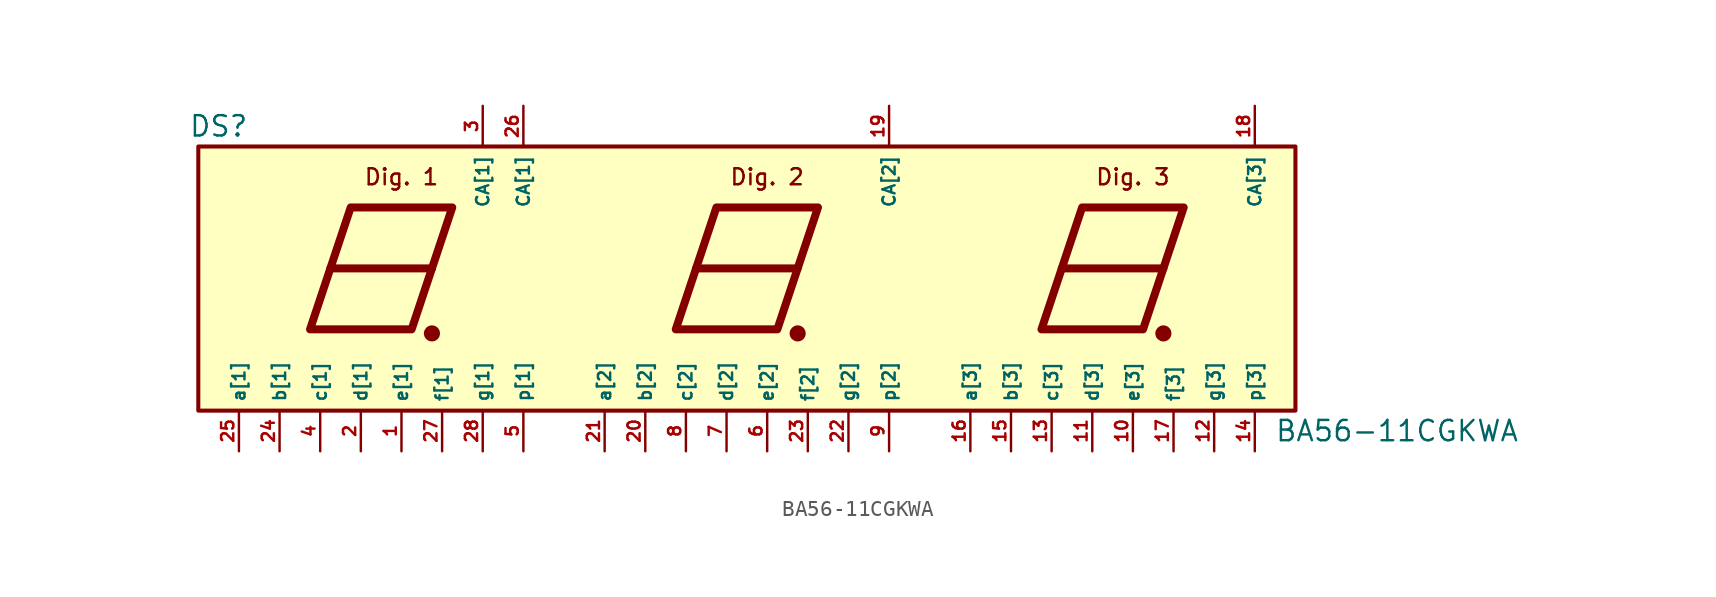
<source format=kicad_sym>
(kicad_symbol_lib
  (version 20211014)
  (generator kicad_symbol_editor)
  (symbol "BA56-11CGKWA"
    (property "Reference" "DS"
      (at -1.27 20.32 0)
      (effects (font (size 1.27 1.27))))
    (property "Value" "BA56-11CGKWA"
      (at 72.39 1.27 0)
      (effects (font (size 1.27 1.27))))
    (symbol "BA56-11CGKWA_0_0"
      (text "Dig. 1" (at 10.16 17.145 0) (effects (font (size 1 1))))
      (text "Dig. 2" (at 33.02 17.145 0) (effects (font (size 1 1))))
      (text "Dig. 3" (at 55.88 17.145 0) (effects (font (size 1 1))))
      (pin passive line (at 55.88 0 90) (length 2.54) (name "e[3]" (effects (font (size 0.762 0.762)))) (number "10" (effects (font (size 0.762 0.762)))))
      (pin passive line (at 53.34 0 90) (length 2.54) (name "d[3]" (effects (font (size 0.762 0.762)))) (number "11" (effects (font (size 0.762 0.762)))))
      (pin passive line (at 60.96 0 90) (length 2.54) (name "g[3]" (effects (font (size 0.762 0.762)))) (number "12" (effects (font (size 0.762 0.762)))))
      (pin passive line (at 50.8 0 90) (length 2.54) (name "c[3]" (effects (font (size 0.762 0.762)))) (number "13" (effects (font (size 0.762 0.762)))))
      (pin passive line (at 63.5 0 90) (length 2.54) (name "p[3]" (effects (font (size 0.762 0.762)))) (number "14" (effects (font (size 0.762 0.762)))))
      (pin passive line (at 48.26 0 90) (length 2.54) (name "b[3]" (effects (font (size 0.762 0.762)))) (number "15" (effects (font (size 0.762 0.762)))))
      (pin passive line (at 45.72 0 90) (length 2.54) (name "a[3]" (effects (font (size 0.762 0.762)))) (number "16" (effects (font (size 0.762 0.762)))))
      (pin passive line (at 58.42 0 90) (length 2.54) (name "f[3]" (effects (font (size 0.762 0.762)))) (number "17" (effects (font (size 0.762 0.762)))))
      (pin passive line (at 63.5 21.59 270) (length 2.54) (name "CA[3]" (effects (font (size 0.762 0.762)))) (number "18" (effects (font (size 0.762 0.762)))))
      (pin passive line (at 40.64 21.59 270) (length 2.54) (name "CA[2]" (effects (font (size 0.762 0.762)))) (number "19" (effects (font (size 0.762 0.762)))))
      (pin passive line (at 7.62 0 90) (length 2.54) (name "d[1]" (effects (font (size 0.762 0.762)))) (number "2" (effects (font (size 0.762 0.762)))))
      (pin passive line (at 25.4 0 90) (length 2.54) (name "b[2]" (effects (font (size 0.762 0.762)))) (number "20" (effects (font (size 0.762 0.762)))))
      (pin passive line (at 22.86 0 90) (length 2.54) (name "a[2]" (effects (font (size 0.762 0.762)))) (number "21" (effects (font (size 0.762 0.762)))))
      (pin passive line (at 38.1 0 90) (length 2.54) (name "g[2]" (effects (font (size 0.762 0.762)))) (number "22" (effects (font (size 0.762 0.762)))))
      (pin passive line (at 35.56 0 90) (length 2.54) (name "f[2]" (effects (font (size 0.762 0.762)))) (number "23" (effects (font (size 0.762 0.762)))))
      (pin passive line (at 2.54 0 90) (length 2.54) (name "b[1]" (effects (font (size 0.762 0.762)))) (number "24" (effects (font (size 0.762 0.762)))))
      (pin passive line (at 0 0 90) (length 2.54) (name "a[1]" (effects (font (size 0.762 0.762)))) (number "25" (effects (font (size 0.762 0.762)))))
      (pin passive line (at 17.78 21.59 270) (length 2.54) (name "CA[1]" (effects (font (size 0.762 0.762)))) (number "26" (effects (font (size 0.762 0.762)))))
      (pin passive line (at 12.7 0 90) (length 2.54) (name "f[1]" (effects (font (size 0.762 0.762)))) (number "27" (effects (font (size 0.762 0.762)))))
      (pin passive line (at 15.24 0 90) (length 2.54) (name "g[1]" (effects (font (size 0.762 0.762)))) (number "28" (effects (font (size 0.762 0.762)))))
      (pin passive line (at 15.24 21.59 270) (length 2.54) (name "CA[1]" (effects (font (size 0.762 0.762)))) (number "3" (effects (font (size 0.762 0.762)))))
      (pin passive line (at 5.08 0 90) (length 2.54) (name "c[1]" (effects (font (size 0.762 0.762)))) (number "4" (effects (font (size 0.762 0.762)))))
      (pin passive line (at 17.78 0 90) (length 2.54) (name "p[1]" (effects (font (size 0.762 0.762)))) (number "5" (effects (font (size 0.762 0.762)))))
      (pin passive line (at 33.02 0 90) (length 2.54) (name "e[2]" (effects (font (size 0.762 0.762)))) (number "6" (effects (font (size 0.762 0.762)))))
      (pin passive line (at 30.48 0 90) (length 2.54) (name "d[2]" (effects (font (size 0.762 0.762)))) (number "7" (effects (font (size 0.762 0.762)))))
      (pin passive line (at 27.94 0 90) (length 2.54) (name "c[2]" (effects (font (size 0.762 0.762)))) (number "8" (effects (font (size 0.762 0.762)))))
      (pin passive line (at 40.64 0 90) (length 2.54) (name "p[2]" (effects (font (size 0.762 0.762)))) (number "9" (effects (font (size 0.762 0.762))))))
    (symbol "BA56-11CGKWA_0_1"
      (rectangle (start -2.54 19.05) (end 66.04 2.54) (stroke (width 0.254) (type default) (color 0 0 0 0)) (fill (type background)))
      (polyline (pts (xy 5.715 11.43) (xy 12.065 11.43)) (stroke (width 0.5) (type default) (color 0 0 0 0)) (fill (type none)))
      (polyline (pts (xy 28.575 11.43) (xy 34.925 11.43)) (stroke (width 0.5) (type default) (color 0 0 0 0)) (fill (type none)))
      (polyline (pts (xy 51.435 11.43) (xy 57.785 11.43)) (stroke (width 0.5) (type default) (color 0 0 0 0)) (fill (type none)))
      (polyline (pts (xy 6.985 15.24) (xy 13.335 15.24) (xy 10.795 7.62) (xy 4.445 7.62) (xy 6.985 15.24)) (stroke (width 0.5) (type default) (color 0 0 0 0)) (fill (type none)))
      (polyline (pts (xy 29.845 15.24) (xy 36.195 15.24) (xy 33.655 7.62) (xy 27.305 7.62) (xy 29.845 15.24)) (stroke (width 0.5) (type default) (color 0 0 0 0)) (fill (type none)))
      (polyline (pts (xy 52.705 15.24) (xy 59.055 15.24) (xy 56.515 7.62) (xy 50.165 7.62) (xy 52.705 15.24)) (stroke (width 0.5) (type default) (color 0 0 0 0)) (fill (type none)))
      (circle (center 12.065 7.366) (radius 0.254) (stroke (width 0.5) (type default) (color 0 0 0 0)) (fill (type none)))
      (circle (center 34.925 7.366) (radius 0.254) (stroke (width 0.5) (type default) (color 0 0 0 0)) (fill (type none)))
      (circle (center 57.785 7.366) (radius 0.254) (stroke (width 0.5) (type default) (color 0 0 0 0)) (fill (type none))))
    (symbol "BA56-11CGKWA_1_1"
      (pin passive line (at 10.16 0 90) (length 2.54) (name "e[1]" (effects (font (size 0.762 0.762)))) (number "1" (effects (font (size 0.762 0.762))))))))
</source>
